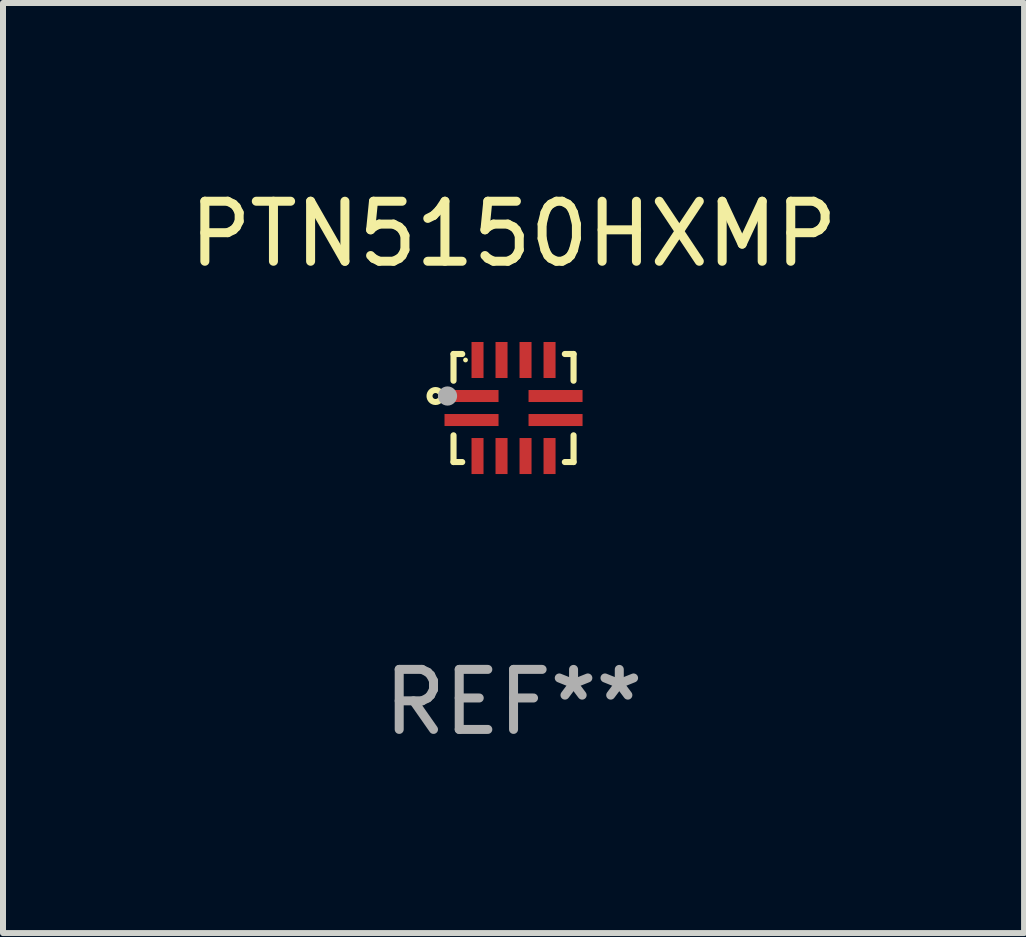
<source format=kicad_pcb>
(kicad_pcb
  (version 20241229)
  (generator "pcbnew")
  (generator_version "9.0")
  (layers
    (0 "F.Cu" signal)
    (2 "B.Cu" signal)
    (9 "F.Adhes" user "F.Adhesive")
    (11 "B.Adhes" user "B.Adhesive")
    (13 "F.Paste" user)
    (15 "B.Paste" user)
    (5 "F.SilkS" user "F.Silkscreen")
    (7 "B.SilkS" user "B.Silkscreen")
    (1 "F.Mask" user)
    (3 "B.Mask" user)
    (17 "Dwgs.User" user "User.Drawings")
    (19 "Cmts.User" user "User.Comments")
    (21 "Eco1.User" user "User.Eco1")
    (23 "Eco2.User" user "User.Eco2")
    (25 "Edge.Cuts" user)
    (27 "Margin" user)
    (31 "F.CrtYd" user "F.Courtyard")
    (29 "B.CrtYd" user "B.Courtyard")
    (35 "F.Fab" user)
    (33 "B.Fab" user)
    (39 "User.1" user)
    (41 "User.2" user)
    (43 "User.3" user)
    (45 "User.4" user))
  (footprint "PTN5150HXMP"
    (layer "F.Cu")
    (at 5.506 3.748)
    (property "Reference" "PTN5150HXMP" (at 0 -2.9 0) (layer "F.SilkS") (effects (font (size 1 1) (thickness 0.15))))
    (attr through_hole)
    (fp_line (start -1 -0.9) (end -0.855 -0.9) (stroke (width 0.102) (type solid)) (layer "F.SilkS"))
    (fp_line (start -1 -0.455) (end -1 -0.9) (stroke (width 0.102) (type solid)) (layer "F.SilkS"))
    (fp_line (start -1 0.9) (end -1 0.455) (stroke (width 0.102) (type solid)) (layer "F.SilkS"))
    (fp_line (start -0.855 0.9) (end -1 0.9) (stroke (width 0.102) (type solid)) (layer "F.SilkS"))
    (fp_line (start 0.855 -0.9) (end 1 -0.9) (stroke (width 0.102) (type solid)) (layer "F.SilkS"))
    (fp_line (start 1 -0.9) (end 1 -0.455) (stroke (width 0.102) (type solid)) (layer "F.SilkS"))
    (fp_line (start 1 0.455) (end 1 0.9) (stroke (width 0.102) (type solid)) (layer "F.SilkS"))
    (fp_line (start 1 0.9) (end 0.855 0.9) (stroke (width 0.102) (type solid)) (layer "F.SilkS"))
    (fp_circle (center -1.3 -0.2) (end -1.2 -0.2) (stroke (width 0.1) (type solid)) (fill no) (layer "F.SilkS"))
    (fp_circle (center -0.8 -0.8) (end -0.78 -0.8) (stroke (width 0.04) (type solid)) (fill no) (layer "F.SilkS"))
    (fp_circle (center -1.1 -0.2) (end -1.02 -0.2) (stroke (width 0.16) (type solid)) (fill no) (layer "F.Fab"))
    (fp_text user "REF**" (at 0 4.9 0) (layer "F.Fab") (effects (font (size 1 1) (thickness 0.15))))
    (pad "1" smd rect (at -0.7 -0.2) (size 0.9 0.2) (layers "F.Cu" "F.Mask" "F.Paste"))
    (pad "2" smd rect (at -0.7 0.2) (size 0.9 0.2) (layers "F.Cu" "F.Mask" "F.Paste"))
    (pad "3" smd rect (at -0.6 0.8) (size 0.2 0.6) (layers "F.Cu" "F.Mask" "F.Paste"))
    (pad "4" smd rect (at -0.2 0.8) (size 0.2 0.6) (layers "F.Cu" "F.Mask" "F.Paste"))
    (pad "5" smd rect (at 0.2 0.8) (size 0.2 0.6) (layers "F.Cu" "F.Mask" "F.Paste"))
    (pad "6" smd rect (at 0.6 0.8) (size 0.2 0.6) (layers "F.Cu" "F.Mask" "F.Paste"))
    (pad "7" smd rect (at 0.7 0.2) (size 0.9 0.2) (layers "F.Cu" "F.Mask" "F.Paste"))
    (pad "8" smd rect (at 0.7 -0.2) (size 0.9 0.2) (layers "F.Cu" "F.Mask" "F.Paste"))
    (pad "9" smd rect (at 0.6 -0.8) (size 0.2 0.6) (layers "F.Cu" "F.Mask" "F.Paste"))
    (pad "10" smd rect (at 0.2 -0.8) (size 0.2 0.6) (layers "F.Cu" "F.Mask" "F.Paste"))
    (pad "11" smd rect (at -0.2 -0.8) (size 0.2 0.6) (layers "F.Cu" "F.Mask" "F.Paste"))
    (pad "12" smd rect (at -0.6 -0.8) (size 0.2 0.6) (layers "F.Cu" "F.Mask" "F.Paste")))
  (gr_rect
    (start -3 -3)
    (end 14.012 12.496)
    (stroke (width 0.1) (type default))
    (fill no)
    (layer "Edge.Cuts")))
</source>
